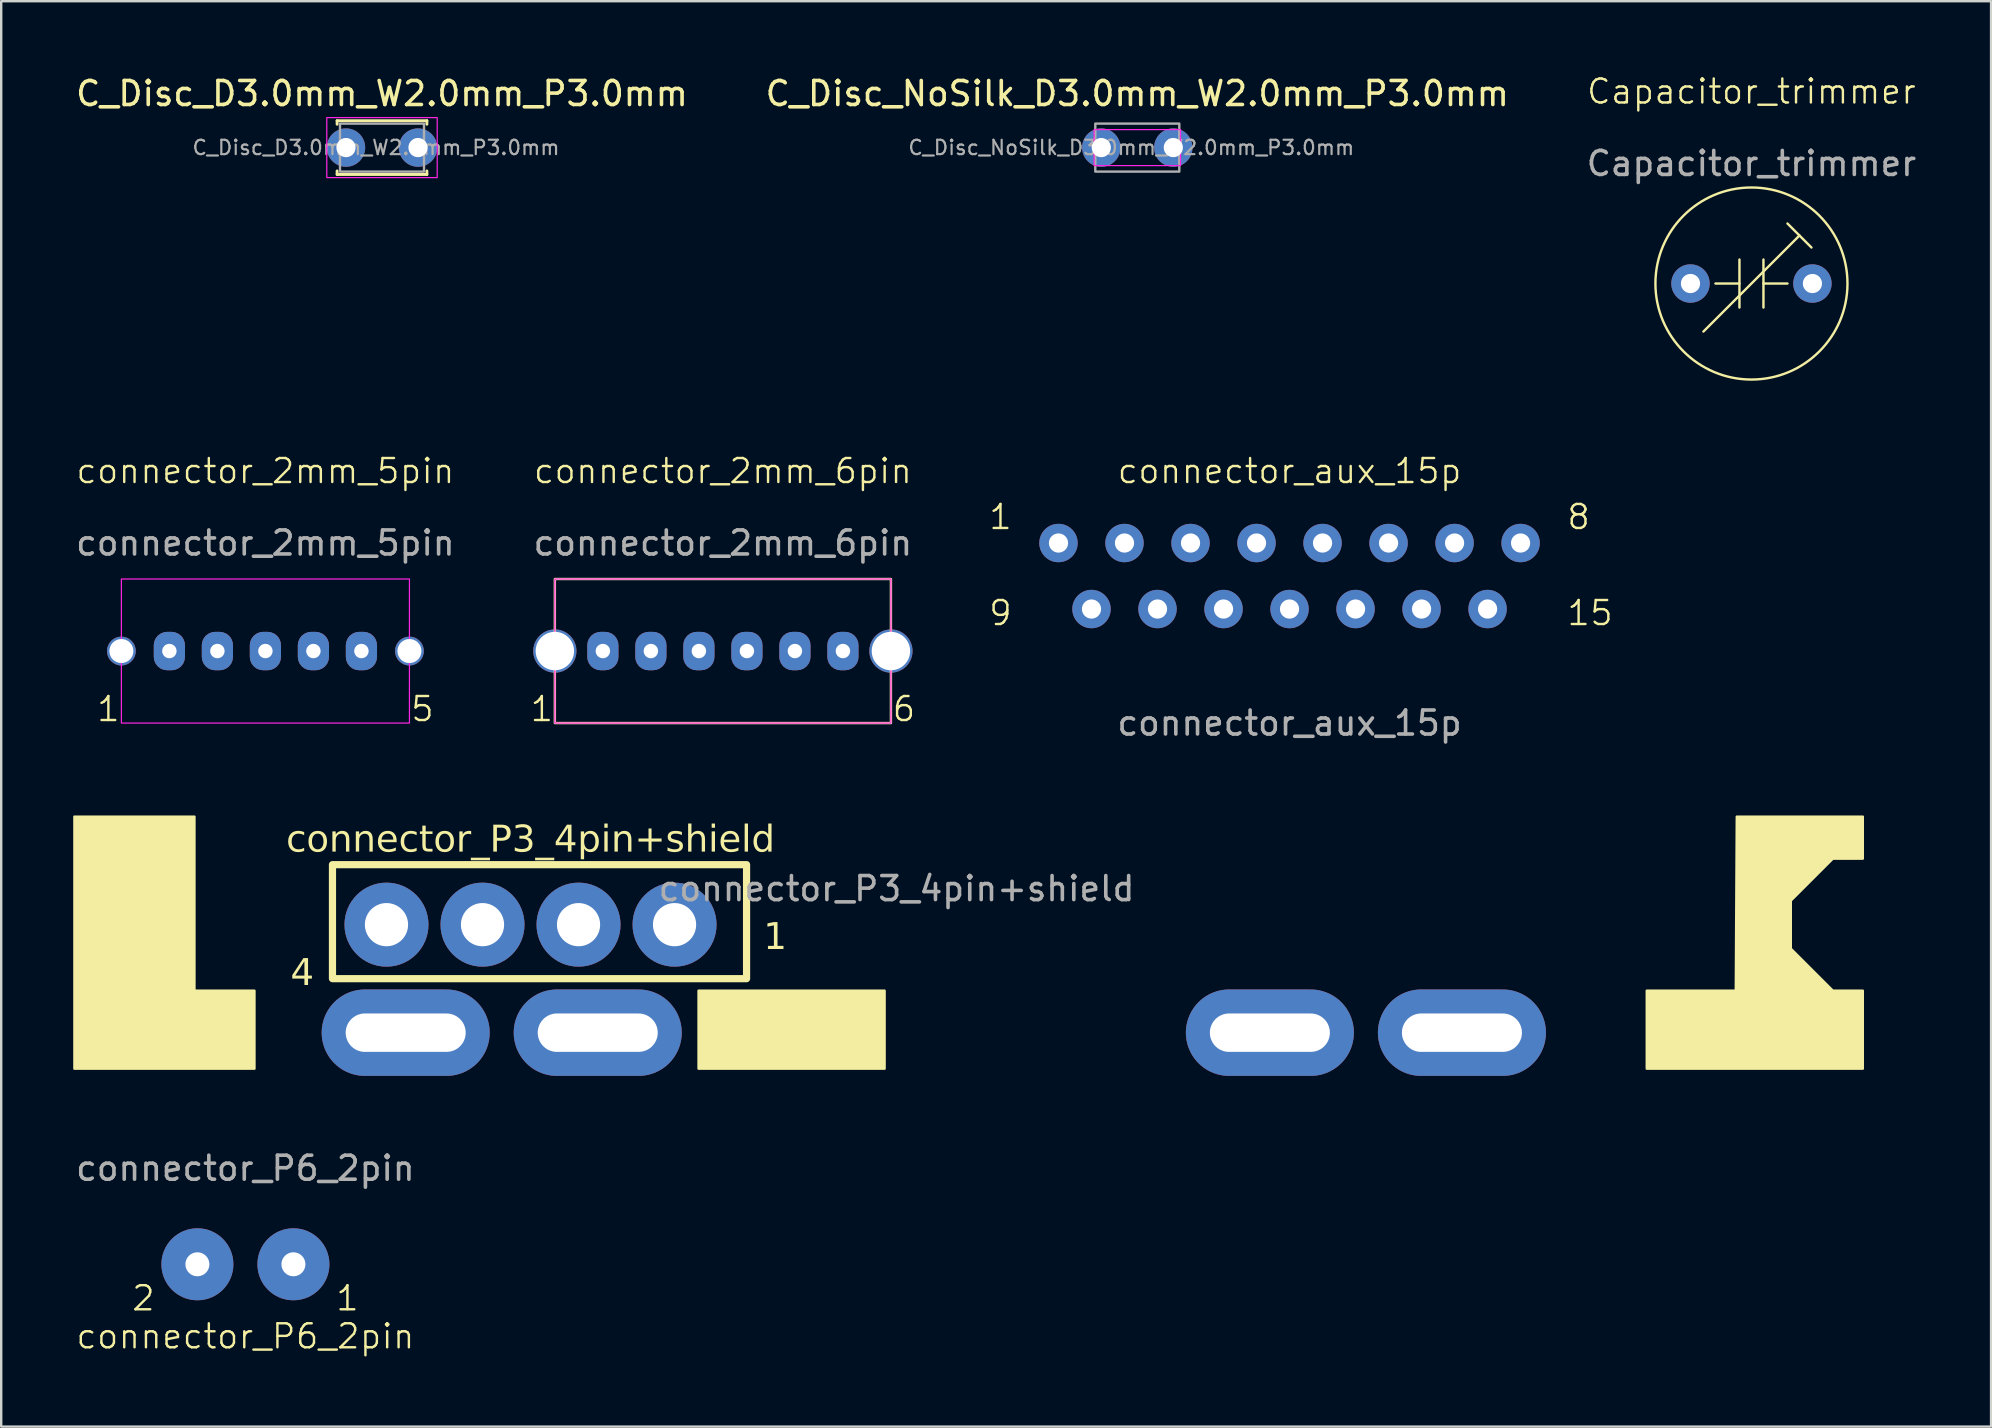
<source format=kicad_pcb>
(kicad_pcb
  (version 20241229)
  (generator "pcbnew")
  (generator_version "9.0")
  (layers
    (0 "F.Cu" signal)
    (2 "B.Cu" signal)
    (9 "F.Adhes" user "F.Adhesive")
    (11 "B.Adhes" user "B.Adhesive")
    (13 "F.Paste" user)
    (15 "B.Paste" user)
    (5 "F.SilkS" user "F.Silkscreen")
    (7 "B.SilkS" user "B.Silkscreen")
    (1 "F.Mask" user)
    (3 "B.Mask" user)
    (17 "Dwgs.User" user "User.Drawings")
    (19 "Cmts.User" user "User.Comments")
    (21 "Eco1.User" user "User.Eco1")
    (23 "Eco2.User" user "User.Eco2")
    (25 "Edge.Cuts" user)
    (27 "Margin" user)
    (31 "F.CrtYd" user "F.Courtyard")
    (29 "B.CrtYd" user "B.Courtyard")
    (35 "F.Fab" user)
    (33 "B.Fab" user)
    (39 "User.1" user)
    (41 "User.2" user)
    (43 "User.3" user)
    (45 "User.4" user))
  (footprint "connector_2mm_6pin"
    (layer "F.Cu")
    (at 27.064 24.071)
    (property "Reference" "connector_2mm_6pin" (at 0 -7.5 0) (unlocked yes) (layer "F.SilkS") (effects (font (size 1 1) (thickness 0.1))))
    (attr through_hole)
    (fp_rect (start -7 -3) (end 7 3) (stroke (width 0.1) (type default)) (fill no) (layer "F.SilkS"))
    (fp_rect (start -7 -3) (end 7 3) (stroke (width 0.05) (type default)) (fill no) (layer "F.CrtYd"))
    (fp_text user "6" (at 7 3 0) (unlocked yes) (layer "F.SilkS") (effects (font (size 1 1) (thickness 0.1)) (justify left bottom)))
    (fp_text user "1" (at -7 3 0) (unlocked yes) (layer "F.SilkS") (effects (font (size 1 1) (thickness 0.1)) (justify right bottom)))
    (fp_text user "${REFERENCE}" (at 0 -4.5 0) (unlocked yes) (layer "F.Fab") (effects (font (size 1 1) (thickness 0.15))))
    (pad "" np_thru_hole circle (at -7 0) (size 1.8 1.8) (drill 1.6) (layers "*.Cu" "*.Mask"))
    (pad "" np_thru_hole circle (at 7 0) (size 1.8 1.8) (drill 1.6) (layers "*.Cu" "*.Mask"))
    (pad "1" thru_hole roundrect (at -5 0) (size 1.3 1.6) (drill 0.6) (layers "*.Cu" "*.Mask") (roundrect_rratio 0.429))
    (pad "2" thru_hole roundrect (at -3 0) (size 1.3 1.6) (drill 0.6) (layers "*.Cu" "*.Mask") (roundrect_rratio 0.429))
    (pad "3" thru_hole roundrect (at -1 0) (size 1.3 1.6) (drill 0.6) (layers "*.Cu" "*.Mask") (roundrect_rratio 0.429))
    (pad "4" thru_hole roundrect (at 1 0) (size 1.3 1.6) (drill 0.6) (layers "*.Cu" "*.Mask") (roundrect_rratio 0.429))
    (pad "5" thru_hole roundrect (at 3 0) (size 1.3 1.6) (drill 0.6) (layers "*.Cu" "*.Mask") (roundrect_rratio 0.429))
    (pad "6" thru_hole roundrect (at 5 0) (size 1.3 1.6) (drill 0.6) (layers "*.Cu" "*.Mask") (roundrect_rratio 0.429)))
  (footprint "C_Disc_NoSilk_D3.0mm_W2.0mm_P3.0mm"
    (layer "F.Cu")
    (at 42.827 3.098)
    (property "Reference" "C_Disc_NoSilk_D3.0mm_W2.0mm_P3.0mm" (at 1.5 -2.25 0) (layer "F.SilkS") (effects (font (size 1 1) (thickness 0.15))))
    (attr through_hole)
    (fp_rect (start -0.3 -0.75) (end 3.3 0.75) (stroke (width 0.05) (type solid)) (fill no) (layer "F.CrtYd"))
    (fp_rect (start -0.25 -1) (end 3.25 1) (stroke (width 0.1) (type solid)) (fill no) (layer "F.Fab"))
    (fp_text user "${REFERENCE}" (at 1.25 0 0) (layer "F.Fab") (effects (font (size 0.6 0.6) (thickness 0.09))))
    (pad "1" thru_hole circle (at 0 0) (size 1.6 1.6) (drill 0.8) (layers "*.Cu" "*.Mask"))
    (pad "2" thru_hole circle (at 3 0) (size 1.6 1.6) (drill 0.8) (layers "*.Cu" "*.Mask")))
  (footprint "connector_2mm_5pin"
    (layer "F.Cu")
    (at 8.006 24.071)
    (property "Reference" "connector_2mm_5pin" (at 0 -7.5 0) (unlocked yes) (layer "F.SilkS") (effects (font (size 1 1) (thickness 0.1))))
    (attr through_hole)
    (fp_rect (start -6 -3) (end 6 3) (stroke (width 0.05) (type default)) (fill no) (layer "F.CrtYd"))
    (fp_text user "1" (at -6 3 0) (unlocked yes) (layer "F.SilkS") (effects (font (size 1 1) (thickness 0.1)) (justify right bottom)))
    (fp_text user "5" (at 6 3 0) (unlocked yes) (layer "F.SilkS") (effects (font (size 1 1) (thickness 0.1)) (justify left bottom)))
    (fp_text user "${REFERENCE}" (at 0 -4.5 0) (unlocked yes) (layer "F.Fab") (effects (font (size 1 1) (thickness 0.15))))
    (pad "" np_thru_hole circle (at -6 0) (size 1.2 1.2) (drill 1) (layers "*.Cu" "*.Mask"))
    (pad "" np_thru_hole circle (at 6 0) (size 1.2 1.2) (drill 1) (layers "*.Cu" "*.Mask"))
    (pad "1" thru_hole roundrect (at -4 0) (size 1.3 1.6) (drill 0.6) (layers "*.Cu" "*.Mask") (roundrect_rratio 0.429))
    (pad "2" thru_hole roundrect (at -2 0) (size 1.3 1.6) (drill 0.6) (layers "*.Cu" "*.Mask") (roundrect_rratio 0.429))
    (pad "3" thru_hole roundrect (at 0 0) (size 1.3 1.6) (drill 0.6) (layers "*.Cu" "*.Mask") (roundrect_rratio 0.429))
    (pad "4" thru_hole roundrect (at 2 0) (size 1.3 1.6) (drill 0.6) (layers "*.Cu" "*.Mask") (roundrect_rratio 0.429))
    (pad "5" thru_hole roundrect (at 4 0) (size 1.3 1.6) (drill 0.6) (layers "*.Cu" "*.Mask") (roundrect_rratio 0.429)))
  (footprint "connector_P3_4pin+shield"
    (layer "F.Cu")
    (at 19.05 35.469)
    (property "Reference" "connector_P3_4pin+shield" (at 0 -3.5 0) (unlocked yes) (layer "F.SilkS") (effects (font (face "FMD_PCB") (size 1.1 1.1) (thickness 0.1))))
    (attr through_hole)
    (fp_rect (start -8.25 -2.5) (end 9 2.25) (stroke (width 0.3) (type solid)) (fill no) (layer "F.SilkS"))
    (fp_rect (start 7 2.75) (end 14.75 6) (stroke (width 0.1) (type solid)) (fill yes) (layer "F.SilkS"))
    (fp_poly (pts (xy -19 -4.5) (xy -14 -4.5) (xy -14 2.75) (xy -11.5 2.75) (xy -11.5 6) (xy -19 6)) (stroke (width 0.1) (type solid)) (fill yes) (layer "F.SilkS"))
    (fp_poly (pts (xy 55.5 -4.5) (xy 50.25 -4.5) (xy 50.209 2.75) (xy 46.5 2.75) (xy 46.5 6) (xy 55.5 6) (xy 55.5 2.75) (xy 54.25 2.75) (xy 52.5 1) (xy 52.5 -1) (xy 54.25 -2.75) (xy 55.5 -2.75)) (stroke (width 0.1) (type solid)) (fill yes) (layer "F.SilkS"))
    (fp_text user "4" (at -10 2.7 0) (unlocked yes) (layer "F.SilkS") (effects (font (face "FMD_PCB") (size 1.1 1.1) (thickness 0.1)) (justify left bottom)))
    (fp_text user "1" (at 9.7 1.2 0) (unlocked yes) (layer "F.SilkS") (effects (font (face "FMD_PCB") (size 1.1 1.1) (thickness 0.1)) (justify left bottom)))
    (fp_text user "${REFERENCE}" (at 15.25 -1.5 0) (unlocked yes) (layer "F.Fab") (effects (font (size 1 1) (thickness 0.15))))
    (pad "1" thru_hole circle (at 6 0) (size 3.5 3.5) (drill 1.8) (layers "*.Cu" "*.Mask"))
    (pad "2" thru_hole circle (at 2 0) (size 3.5 3.5) (drill 1.8) (layers "*.Cu" "*.Mask"))
    (pad "3" thru_hole circle (at -2 0) (size 3.5 3.5) (drill 1.8) (layers "*.Cu" "*.Mask"))
    (pad "4" thru_hole circle (at -6 0) (size 3.5 3.5) (drill 1.8) (layers "*.Cu" "*.Mask"))
    (pad "5" thru_hole oval (at -5.2 4.5) (size 7 3.6) (drill oval 5 1.6) (layers "*.Cu" "*.Mask"))
    (pad "5" thru_hole oval (at 2.8 4.5) (size 7 3.6) (drill oval 5 1.6) (layers "*.Cu" "*.Mask"))
    (pad "5" thru_hole oval (at 30.8 4.5) (size 7 3.6) (drill oval 5 1.6) (layers "*.Cu" "*.Mask"))
    (pad "5" thru_hole oval (at 38.8 4.5) (size 7 3.6) (drill oval 5 1.6) (layers "*.Cu" "*.Mask")))
  (footprint "connector_P6_2pin"
    (layer "F.Cu")
    (at 7.173 49.617)
    (property "Reference" "connector_P6_2pin" (at 0 3 0) (unlocked yes) (layer "F.SilkS") (effects (font (size 1 1) (thickness 0.1))))
    (attr through_hole)
    (fp_text user "2" (at -4.25 2 0) (unlocked yes) (layer "F.SilkS") (effects (font (size 1 1) (thickness 0.1)) (justify bottom)))
    (fp_text user "1" (at 4.25 2 0) (unlocked yes) (layer "F.SilkS") (effects (font (size 1 1) (thickness 0.1)) (justify bottom)))
    (fp_text user "${REFERENCE}" (at 0 -4 0) (unlocked yes) (layer "F.Fab") (effects (font (size 1 1) (thickness 0.15))))
    (pad "1" thru_hole circle (at 2 0) (size 3 3) (drill 1) (layers "*.Cu" "*.Mask"))
    (pad "2" thru_hole circle (at -2 0) (size 3 3) (drill 1) (layers "*.Cu" "*.Mask")))
  (footprint "C_Disc_D3.0mm_W2.0mm_P3.0mm"
    (layer "F.Cu")
    (at 11.363 3.098)
    (property "Reference" "C_Disc_D3.0mm_W2.0mm_P3.0mm" (at 1.5 -2.25 0) (layer "F.SilkS") (effects (font (size 1 1) (thickness 0.15))))
    (attr through_hole)
    (fp_line (start -0.37 -1.12) (end 3.37 -1.12) (stroke (width 0.12) (type solid)) (layer "F.SilkS"))
    (fp_line (start -0.37 -0.972) (end -0.37 -1.12) (stroke (width 0.12) (type solid)) (layer "F.SilkS"))
    (fp_line (start -0.37 1.12) (end -0.37 0.972) (stroke (width 0.12) (type solid)) (layer "F.SilkS"))
    (fp_line (start 3.37 -1.12) (end 3.37 -0.972) (stroke (width 0.12) (type solid)) (layer "F.SilkS"))
    (fp_line (start 3.37 0.972) (end 3.37 1.12) (stroke (width 0.12) (type solid)) (layer "F.SilkS"))
    (fp_line (start 3.37 1.12) (end -0.37 1.12) (stroke (width 0.12) (type solid)) (layer "F.SilkS"))
    (fp_rect (start -0.8 -1.25) (end 3.8 1.25) (stroke (width 0.05) (type solid)) (fill no) (layer "F.CrtYd"))
    (fp_rect (start -0.25 -1) (end 3.25 1) (stroke (width 0.1) (type solid)) (fill no) (layer "F.Fab"))
    (fp_text user "${REFERENCE}" (at 1.25 0 0) (layer "F.Fab") (effects (font (size 0.6 0.6) (thickness 0.09))))
    (pad "1" thru_hole circle (at 0 0) (size 1.6 1.6) (drill 0.8) (layers "*.Cu" "*.Mask"))
    (pad "2" thru_hole circle (at 3 0) (size 1.6 1.6) (drill 0.8) (layers "*.Cu" "*.Mask")))
  (footprint "Capacitor_trimmer"
    (layer "F.Cu")
    (at 69.911 8.761)
    (property "Reference" "Capacitor_trimmer" (at 0 -8 0) (unlocked yes) (layer "F.SilkS") (effects (font (size 1 1) (thickness 0.1))))
    (attr through_hole)
    (fp_line (start -2 2) (end 2 -2) (stroke (width 0.1) (type default)) (layer "F.SilkS"))
    (fp_line (start -1.5 0) (end -0.5 0) (stroke (width 0.1) (type default)) (layer "F.SilkS"))
    (fp_line (start -0.5 -1) (end -0.5 1) (stroke (width 0.1) (type default)) (layer "F.SilkS"))
    (fp_line (start 0.5 -1) (end 0.5 1) (stroke (width 0.1) (type default)) (layer "F.SilkS"))
    (fp_line (start 0.5 0) (end 1.5 0) (stroke (width 0.1) (type default)) (layer "F.SilkS"))
    (fp_line (start 1.5 -2.5) (end 2.5 -1.5) (stroke (width 0.1) (type default)) (layer "F.SilkS"))
    (fp_circle (center 0 0) (end 0 -4) (stroke (width 0.1) (type default)) (fill no) (layer "F.SilkS"))
    (fp_text user "${REFERENCE}" (at 0 -5 0) (unlocked yes) (layer "F.Fab") (effects (font (size 1 1) (thickness 0.15))))
    (pad "1" thru_hole circle (at -2.54 0) (size 1.6 1.6) (drill 0.8) (layers "*.Cu" "*.Mask"))
    (pad "2" thru_hole circle (at 2.54 0) (size 1.6 1.6) (drill 0.8) (layers "*.Cu" "*.Mask")))
  (footprint "connector_aux_15p"
    (layer "F.Cu")
    (at 50.669 19.571)
    (property "Reference" "connector_aux_15p" (at 0 -3 0) (unlocked yes) (layer "F.SilkS") (effects (font (size 1 1) (thickness 0.1))))
    (attr through_hole)
    (fp_text user "15" (at 11.5 3.5 0) (unlocked yes) (layer "F.SilkS") (effects (font (size 1 1) (thickness 0.1)) (justify left bottom)))
    (fp_text user "9" (at -11.5 3.5 0) (unlocked yes) (layer "F.SilkS") (effects (font (size 1 1) (thickness 0.1)) (justify right bottom)))
    (fp_text user "8" (at 11.5 -0.5 0) (unlocked yes) (layer "F.SilkS") (effects (font (size 1 1) (thickness 0.1)) (justify left bottom)))
    (fp_text user "1" (at -11.5 -0.5 0) (unlocked yes) (layer "F.SilkS") (effects (font (size 1 1) (thickness 0.1)) (justify right bottom)))
    (fp_text user "${REFERENCE}" (at 0 7.5 0) (unlocked yes) (layer "F.Fab") (effects (font (size 1 1) (thickness 0.15))))
    (pad "1" thru_hole circle (at -9.625 0) (size 1.6 1.6) (drill 0.8) (layers "*.Cu" "*.Mask"))
    (pad "2" thru_hole circle (at -6.875 0) (size 1.6 1.6) (drill 0.8) (layers "*.Cu" "*.Mask"))
    (pad "3" thru_hole circle (at -4.125 0) (size 1.6 1.6) (drill 0.8) (layers "*.Cu" "*.Mask"))
    (pad "4" thru_hole circle (at -1.375 0) (size 1.6 1.6) (drill 0.8) (layers "*.Cu" "*.Mask"))
    (pad "5" thru_hole circle (at 1.375 0) (size 1.6 1.6) (drill 0.8) (layers "*.Cu" "*.Mask"))
    (pad "6" thru_hole circle (at 4.125 0) (size 1.6 1.6) (drill 0.8) (layers "*.Cu" "*.Mask"))
    (pad "7" thru_hole circle (at 6.875 0) (size 1.6 1.6) (drill 0.8) (layers "*.Cu" "*.Mask"))
    (pad "8" thru_hole circle (at 9.625 0) (size 1.6 1.6) (drill 0.8) (layers "*.Cu" "*.Mask"))
    (pad "9" thru_hole circle (at -8.25 2.75) (size 1.6 1.6) (drill 0.8) (layers "*.Cu" "*.Mask"))
    (pad "10" thru_hole circle (at -5.5 2.75) (size 1.6 1.6) (drill 0.8) (layers "*.Cu" "*.Mask"))
    (pad "11" thru_hole circle (at -2.75 2.75) (size 1.6 1.6) (drill 0.8) (layers "*.Cu" "*.Mask"))
    (pad "12" thru_hole circle (at 0 2.75) (size 1.6 1.6) (drill 0.8) (layers "*.Cu" "*.Mask"))
    (pad "13" thru_hole circle (at 2.75 2.75) (size 1.6 1.6) (drill 0.8) (layers "*.Cu" "*.Mask"))
    (pad "14" thru_hole circle (at 5.5 2.75) (size 1.6 1.6) (drill 0.8) (layers "*.Cu" "*.Mask"))
    (pad "15" thru_hole circle (at 8.25 2.75) (size 1.6 1.6) (drill 0.8) (layers "*.Cu" "*.Mask")))
  (gr_rect
    (start -3 -3)
    (end 79.893 56.378)
    (stroke (width 0.1) (type default))
    (fill no)
    (layer "Edge.Cuts")))
</source>
